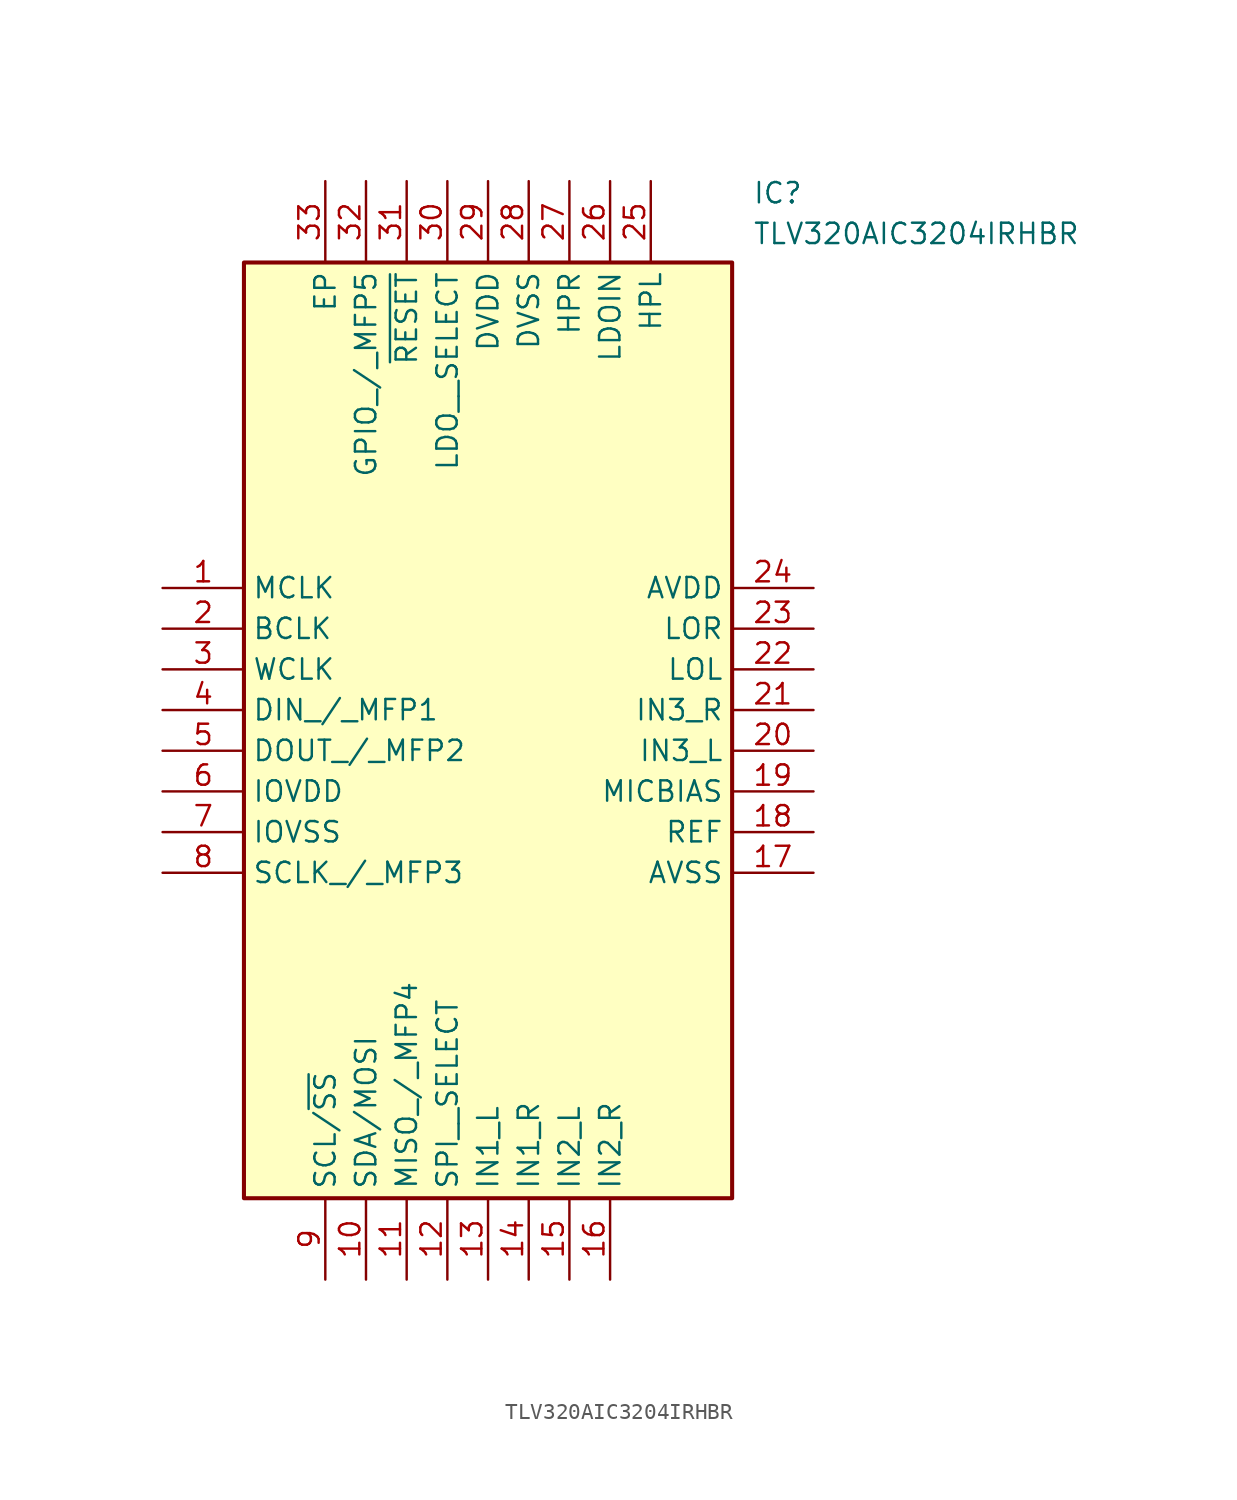
<source format=kicad_sym>
(kicad_symbol_lib
  (version 20211014)
  (generator SamacSys_ECAD_Model)
  (symbol "TLV320AIC3204IRHBR"
    (property "Reference" "IC"
      (at 36.83 25.4 0)
      (effects (font (size 1.27 1.27)) (justify left top)))
    (property "Value" "TLV320AIC3204IRHBR"
      (at 36.83 22.86 0)
      (effects (font (size 1.27 1.27)) (justify left top)))
    (rectangle
      (start 5.08 20.32)
      (end 35.56 -38.1)
      (stroke (width 0.254) (type default))
      (fill (type background)))
    (pin passive line
      (at 0 0 0)
      (length 5.08)
      (name "MCLK" (effects (font (size 1.27 1.27))))
      (number "1" (effects (font (size 1.27 1.27)))))
    (pin passive line
      (at 0 -2.54 0)
      (length 5.08)
      (name "BCLK" (effects (font (size 1.27 1.27))))
      (number "2" (effects (font (size 1.27 1.27)))))
    (pin passive line
      (at 0 -5.08 0)
      (length 5.08)
      (name "WCLK" (effects (font (size 1.27 1.27))))
      (number "3" (effects (font (size 1.27 1.27)))))
    (pin passive line
      (at 0 -7.62 0)
      (length 5.08)
      (name "DIN_/_MFP1" (effects (font (size 1.27 1.27))))
      (number "4" (effects (font (size 1.27 1.27)))))
    (pin passive line
      (at 0 -10.16 0)
      (length 5.08)
      (name "DOUT_/_MFP2" (effects (font (size 1.27 1.27))))
      (number "5" (effects (font (size 1.27 1.27)))))
    (pin passive line
      (at 0 -12.7 0)
      (length 5.08)
      (name "IOVDD" (effects (font (size 1.27 1.27))))
      (number "6" (effects (font (size 1.27 1.27)))))
    (pin passive line
      (at 0 -15.24 0)
      (length 5.08)
      (name "IOVSS" (effects (font (size 1.27 1.27))))
      (number "7" (effects (font (size 1.27 1.27)))))
    (pin passive line
      (at 0 -17.78 0)
      (length 5.08)
      (name "SCLK_/_MFP3" (effects (font (size 1.27 1.27))))
      (number "8" (effects (font (size 1.27 1.27)))))
    (pin passive line
      (at 10.16 -43.18 90)
      (length 5.08)
      (name "SCL/~{SS}" (effects (font (size 1.27 1.27))))
      (number "9" (effects (font (size 1.27 1.27)))))
    (pin passive line
      (at 12.7 -43.18 90)
      (length 5.08)
      (name "SDA/MOSI" (effects (font (size 1.27 1.27))))
      (number "10" (effects (font (size 1.27 1.27)))))
    (pin passive line
      (at 15.24 -43.18 90)
      (length 5.08)
      (name "MISO_/_MFP4" (effects (font (size 1.27 1.27))))
      (number "11" (effects (font (size 1.27 1.27)))))
    (pin passive line
      (at 17.78 -43.18 90)
      (length 5.08)
      (name "SPI__SELECT" (effects (font (size 1.27 1.27))))
      (number "12" (effects (font (size 1.27 1.27)))))
    (pin passive line
      (at 20.32 -43.18 90)
      (length 5.08)
      (name "IN1_L" (effects (font (size 1.27 1.27))))
      (number "13" (effects (font (size 1.27 1.27)))))
    (pin passive line
      (at 22.86 -43.18 90)
      (length 5.08)
      (name "IN1_R" (effects (font (size 1.27 1.27))))
      (number "14" (effects (font (size 1.27 1.27)))))
    (pin passive line
      (at 25.4 -43.18 90)
      (length 5.08)
      (name "IN2_L" (effects (font (size 1.27 1.27))))
      (number "15" (effects (font (size 1.27 1.27)))))
    (pin passive line
      (at 27.94 -43.18 90)
      (length 5.08)
      (name "IN2_R" (effects (font (size 1.27 1.27))))
      (number "16" (effects (font (size 1.27 1.27)))))
    (pin passive line
      (at 40.64 0 180)
      (length 5.08)
      (name "AVDD" (effects (font (size 1.27 1.27))))
      (number "24" (effects (font (size 1.27 1.27)))))
    (pin passive line
      (at 40.64 -2.54 180)
      (length 5.08)
      (name "LOR" (effects (font (size 1.27 1.27))))
      (number "23" (effects (font (size 1.27 1.27)))))
    (pin passive line
      (at 40.64 -5.08 180)
      (length 5.08)
      (name "LOL" (effects (font (size 1.27 1.27))))
      (number "22" (effects (font (size 1.27 1.27)))))
    (pin passive line
      (at 40.64 -7.62 180)
      (length 5.08)
      (name "IN3_R" (effects (font (size 1.27 1.27))))
      (number "21" (effects (font (size 1.27 1.27)))))
    (pin passive line
      (at 40.64 -10.16 180)
      (length 5.08)
      (name "IN3_L" (effects (font (size 1.27 1.27))))
      (number "20" (effects (font (size 1.27 1.27)))))
    (pin passive line
      (at 40.64 -12.7 180)
      (length 5.08)
      (name "MICBIAS" (effects (font (size 1.27 1.27))))
      (number "19" (effects (font (size 1.27 1.27)))))
    (pin passive line
      (at 40.64 -15.24 180)
      (length 5.08)
      (name "REF" (effects (font (size 1.27 1.27))))
      (number "18" (effects (font (size 1.27 1.27)))))
    (pin passive line
      (at 40.64 -17.78 180)
      (length 5.08)
      (name "AVSS" (effects (font (size 1.27 1.27))))
      (number "17" (effects (font (size 1.27 1.27)))))
    (pin passive line
      (at 10.16 25.4 270)
      (length 5.08)
      (name "EP" (effects (font (size 1.27 1.27))))
      (number "33" (effects (font (size 1.27 1.27)))))
    (pin passive line
      (at 12.7 25.4 270)
      (length 5.08)
      (name "GPIO_/_MFP5" (effects (font (size 1.27 1.27))))
      (number "32" (effects (font (size 1.27 1.27)))))
    (pin passive line
      (at 15.24 25.4 270)
      (length 5.08)
      (name "~{RESET}" (effects (font (size 1.27 1.27))))
      (number "31" (effects (font (size 1.27 1.27)))))
    (pin passive line
      (at 17.78 25.4 270)
      (length 5.08)
      (name "LDO__SELECT" (effects (font (size 1.27 1.27))))
      (number "30" (effects (font (size 1.27 1.27)))))
    (pin passive line
      (at 20.32 25.4 270)
      (length 5.08)
      (name "DVDD" (effects (font (size 1.27 1.27))))
      (number "29" (effects (font (size 1.27 1.27)))))
    (pin passive line
      (at 22.86 25.4 270)
      (length 5.08)
      (name "DVSS" (effects (font (size 1.27 1.27))))
      (number "28" (effects (font (size 1.27 1.27)))))
    (pin passive line
      (at 25.4 25.4 270)
      (length 5.08)
      (name "HPR" (effects (font (size 1.27 1.27))))
      (number "27" (effects (font (size 1.27 1.27)))))
    (pin passive line
      (at 27.94 25.4 270)
      (length 5.08)
      (name "LDOIN" (effects (font (size 1.27 1.27))))
      (number "26" (effects (font (size 1.27 1.27)))))
    (pin passive line
      (at 30.48 25.4 270)
      (length 5.08)
      (name "HPL" (effects (font (size 1.27 1.27))))
      (number "25" (effects (font (size 1.27 1.27)))))))
</source>
